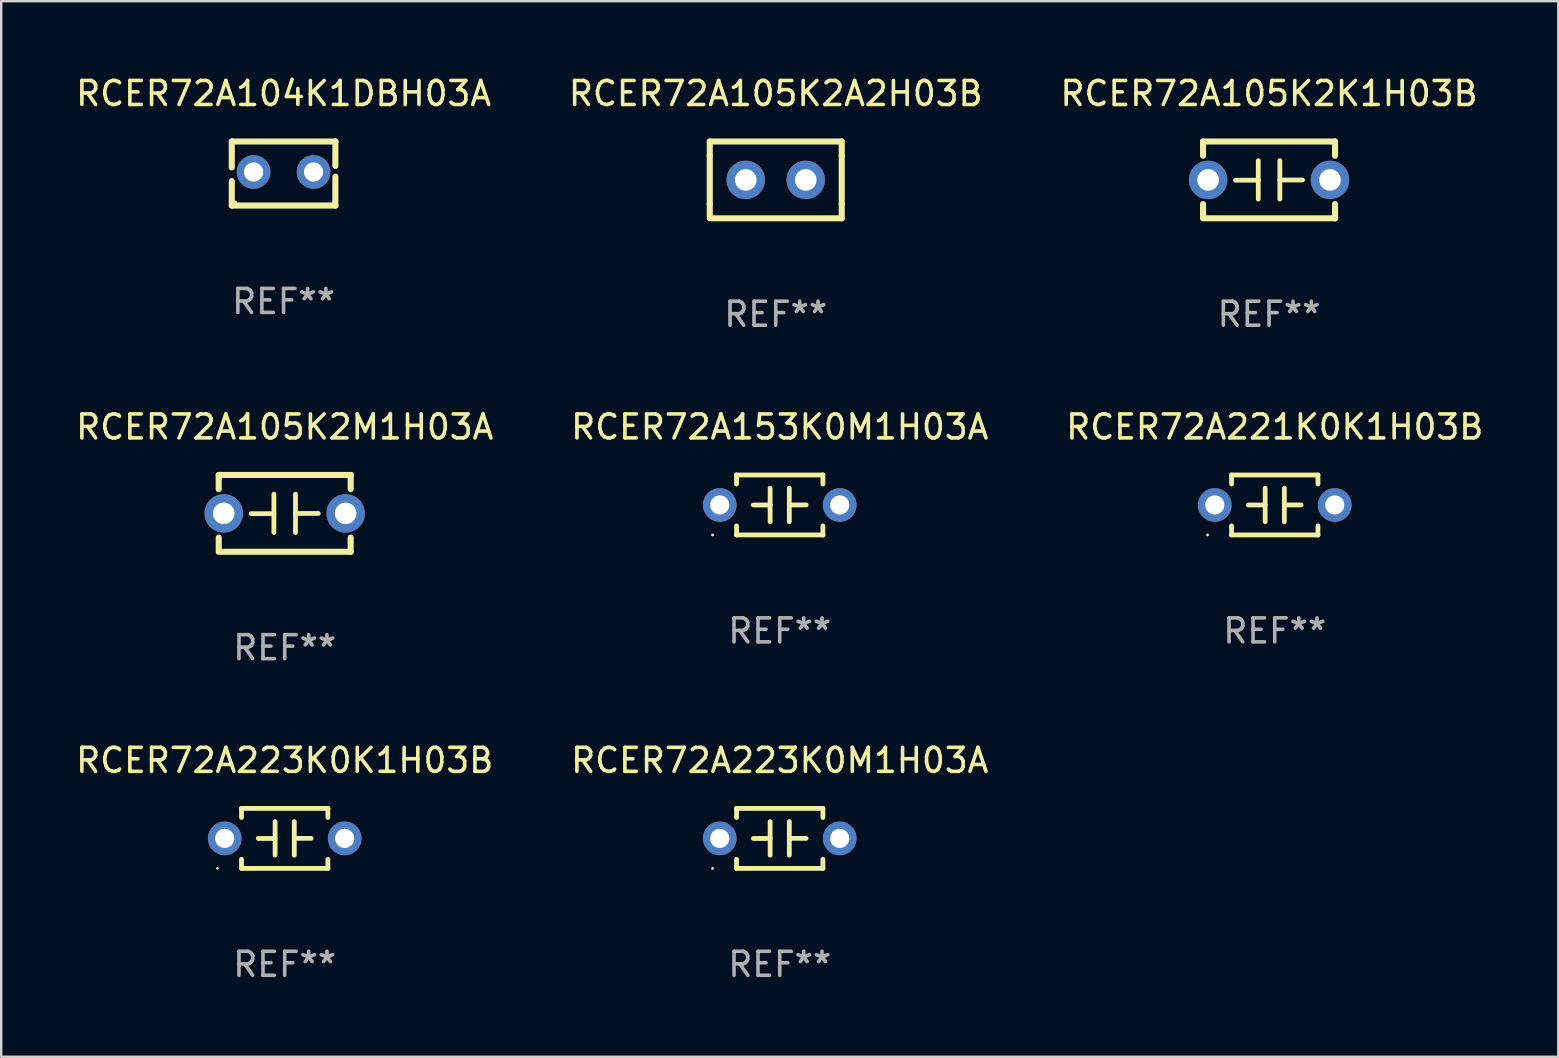
<source format=kicad_pcb>
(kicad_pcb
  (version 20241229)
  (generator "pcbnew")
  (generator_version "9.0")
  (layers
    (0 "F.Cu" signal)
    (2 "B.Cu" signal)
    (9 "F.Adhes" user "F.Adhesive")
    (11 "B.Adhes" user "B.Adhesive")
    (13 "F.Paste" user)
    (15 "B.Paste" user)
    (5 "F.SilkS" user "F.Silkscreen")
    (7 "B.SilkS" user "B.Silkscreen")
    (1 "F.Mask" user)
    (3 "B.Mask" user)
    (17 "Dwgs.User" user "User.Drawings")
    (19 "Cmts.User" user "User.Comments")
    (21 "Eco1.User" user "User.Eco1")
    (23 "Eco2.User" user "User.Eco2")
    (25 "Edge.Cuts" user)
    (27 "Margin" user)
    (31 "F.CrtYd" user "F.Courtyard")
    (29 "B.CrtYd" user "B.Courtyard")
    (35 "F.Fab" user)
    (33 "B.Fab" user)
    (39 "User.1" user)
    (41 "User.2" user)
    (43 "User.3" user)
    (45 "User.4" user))
  (footprint "RCER72A223K0M1H03A"
    (layer "F.Cu")
    (at 29.446 31.891)
    (property "Reference" "RCER72A223K0M1H03A" (at 0 -3.25 0) (layer "F.SilkS") (effects (font (size 1 1) (thickness 0.15))))
    (attr through_hole)
    (fp_line (start -1.8 -1.25) (end -1.8 -0.872) (stroke (width 0.2) (type solid)) (layer "F.SilkS"))
    (fp_line (start -1.8 -1.25) (end 1.8 -1.25) (stroke (width 0.2) (type solid)) (layer "F.SilkS"))
    (fp_line (start -1.8 0.872) (end -1.8 1.25) (stroke (width 0.2) (type solid)) (layer "F.SilkS"))
    (fp_line (start -1.8 1.25) (end 1.8 1.25) (stroke (width 0.2) (type solid)) (layer "F.SilkS"))
    (fp_line (start -0.4 -0.7) (end -0.4 0.7) (stroke (width 0.2) (type solid)) (layer "F.SilkS"))
    (fp_line (start -0.4 0.002) (end -1.1 0.002) (stroke (width 0.2) (type solid)) (layer "F.SilkS"))
    (fp_line (start 0.4 -0.001) (end 1.1 -0.001) (stroke (width 0.2) (type solid)) (layer "F.SilkS"))
    (fp_line (start 0.4 0.7) (end 0.4 -0.7) (stroke (width 0.2) (type solid)) (layer "F.SilkS"))
    (fp_line (start 1.8 -1.25) (end 1.8 -0.872) (stroke (width 0.2) (type solid)) (layer "F.SilkS"))
    (fp_line (start 1.8 0.872) (end 1.8 1.25) (stroke (width 0.2) (type solid)) (layer "F.SilkS"))
    (fp_circle (center -2.8 1.25) (end -2.77 1.25) (stroke (width 0.06) (type solid)) (fill no) (layer "F.SilkS"))
    (fp_text user "REF**" (at 0 5.25 0) (layer "F.Fab") (effects (font (size 1 1) (thickness 0.15))))
    (pad "1" thru_hole circle (at -2.5 0) (size 1.4 1.4) (drill 0.8) (layers "*.Cu" "*.Mask"))
    (pad "2" thru_hole circle (at 2.5 0) (size 1.4 1.4) (drill 0.8) (layers "*.Cu" "*.Mask")))
  (footprint "RCER72A105K2M1H03A"
    (layer "F.Cu")
    (at 8.815 18.345)
    (property "Reference" "RCER72A105K2M1H03A" (at 0 -3.6 0) (layer "F.SilkS") (effects (font (size 1 1) (thickness 0.15))))
    (attr through_hole)
    (fp_line (start -2.75 -1.6) (end -2.75 -1.009) (stroke (width 0.254) (type solid)) (layer "F.SilkS"))
    (fp_line (start -2.75 -1.6) (end 2.75 -1.6) (stroke (width 0.254) (type solid)) (layer "F.SilkS"))
    (fp_line (start -2.75 1.009) (end -2.75 1.524) (stroke (width 0.254) (type solid)) (layer "F.SilkS"))
    (fp_line (start -2.75 1.6) (end 2.75 1.6) (stroke (width 0.254) (type solid)) (layer "F.SilkS"))
    (fp_line (start -0.45 -0.8) (end -0.45 0.8) (stroke (width 0.2) (type solid)) (layer "F.SilkS"))
    (fp_line (start -0.45 0.013) (end -1.397 0.013) (stroke (width 0.2) (type solid)) (layer "F.SilkS"))
    (fp_line (start 0.45 0.003) (end 1.397 0.003) (stroke (width 0.2) (type solid)) (layer "F.SilkS"))
    (fp_line (start 0.45 0.8) (end 0.45 -0.8) (stroke (width 0.2) (type solid)) (layer "F.SilkS"))
    (fp_line (start 2.75 -1.6) (end 2.75 -1.009) (stroke (width 0.254) (type solid)) (layer "F.SilkS"))
    (fp_line (start 2.75 1.009) (end 2.75 1.6) (stroke (width 0.254) (type solid)) (layer "F.SilkS"))
    (fp_circle (center -2.79 1.6) (end -2.76 1.6) (stroke (width 0.06) (type solid)) (fill no) (layer "F.SilkS"))
    (fp_text user "REF**" (at 0 5.6 0) (layer "F.Fab") (effects (font (size 1 1) (thickness 0.15))))
    (pad "1" thru_hole circle (at -2.54 0) (size 1.6 1.6) (drill 0.9) (layers "*.Cu" "*.Mask"))
    (pad "2" thru_hole circle (at 2.54 0) (size 1.6 1.6) (drill 0.9) (layers "*.Cu" "*.Mask")))
  (footprint "RCER72A223K0K1H03B"
    (layer "F.Cu")
    (at 8.815 31.891)
    (property "Reference" "RCER72A223K0K1H03B" (at 0 -3.25 0) (layer "F.SilkS") (effects (font (size 1 1) (thickness 0.15))))
    (attr through_hole)
    (fp_line (start -1.8 -1.25) (end -1.8 -0.872) (stroke (width 0.2) (type solid)) (layer "F.SilkS"))
    (fp_line (start -1.8 -1.25) (end 1.8 -1.25) (stroke (width 0.2) (type solid)) (layer "F.SilkS"))
    (fp_line (start -1.8 0.872) (end -1.8 1.25) (stroke (width 0.2) (type solid)) (layer "F.SilkS"))
    (fp_line (start -1.8 1.25) (end 1.8 1.25) (stroke (width 0.2) (type solid)) (layer "F.SilkS"))
    (fp_line (start -0.4 -0.7) (end -0.4 0.7) (stroke (width 0.2) (type solid)) (layer "F.SilkS"))
    (fp_line (start -0.4 0.002) (end -1.1 0.002) (stroke (width 0.2) (type solid)) (layer "F.SilkS"))
    (fp_line (start 0.4 -0.001) (end 1.1 -0.001) (stroke (width 0.2) (type solid)) (layer "F.SilkS"))
    (fp_line (start 0.4 0.7) (end 0.4 -0.7) (stroke (width 0.2) (type solid)) (layer "F.SilkS"))
    (fp_line (start 1.8 -1.25) (end 1.8 -0.872) (stroke (width 0.2) (type solid)) (layer "F.SilkS"))
    (fp_line (start 1.8 0.872) (end 1.8 1.25) (stroke (width 0.2) (type solid)) (layer "F.SilkS"))
    (fp_circle (center -2.8 1.25) (end -2.77 1.25) (stroke (width 0.06) (type solid)) (fill no) (layer "F.SilkS"))
    (fp_text user "REF**" (at 0 5.25 0) (layer "F.Fab") (effects (font (size 1 1) (thickness 0.15))))
    (pad "1" thru_hole circle (at -2.5 0) (size 1.4 1.4) (drill 0.8) (layers "*.Cu" "*.Mask"))
    (pad "2" thru_hole circle (at 2.5 0) (size 1.4 1.4) (drill 0.8) (layers "*.Cu" "*.Mask")))
  (footprint "RCER72A105K2A2H03B"
    (layer "F.Cu")
    (at 29.28 4.448)
    (property "Reference" "RCER72A105K2A2H03B" (at 0 -3.6 0) (layer "F.SilkS") (effects (font (size 1 1) (thickness 0.15))))
    (attr through_hole)
    (fp_line (start -2.75 -1.6) (end -2.75 -1.01) (stroke (width 0.254) (type solid)) (layer "F.SilkS"))
    (fp_line (start -2.75 -1.6) (end 2.75 -1.6) (stroke (width 0.254) (type solid)) (layer "F.SilkS"))
    (fp_line (start -2.75 -1.01) (end -2.75 1.01) (stroke (width 0.254) (type solid)) (layer "F.SilkS"))
    (fp_line (start -2.75 1.01) (end -2.75 1.524) (stroke (width 0.254) (type solid)) (layer "F.SilkS"))
    (fp_line (start -2.75 1.6) (end 2.75 1.6) (stroke (width 0.254) (type solid)) (layer "F.SilkS"))
    (fp_line (start 2.75 -1.6) (end 2.75 -1.01) (stroke (width 0.254) (type solid)) (layer "F.SilkS"))
    (fp_line (start 2.75 -1.01) (end 2.75 1.01) (stroke (width 0.254) (type solid)) (layer "F.SilkS"))
    (fp_line (start 2.75 1.01) (end 2.75 1.6) (stroke (width 0.254) (type solid)) (layer "F.SilkS"))
    (fp_circle (center -2.75 1.6) (end -2.72 1.6) (stroke (width 0.06) (type solid)) (fill no) (layer "F.SilkS"))
    (fp_text user "REF**" (at 0 5.6 0) (layer "F.Fab") (effects (font (size 1 1) (thickness 0.15))))
    (pad "1" thru_hole circle (at -1.25 0) (size 1.6 1.6) (drill 0.9) (layers "*.Cu" "*.Mask"))
    (pad "2" thru_hole circle (at 1.25 0) (size 1.6 1.6) (drill 0.9) (layers "*.Cu" "*.Mask")))
  (footprint "RCER72A221K0K1H03B"
    (layer "F.Cu")
    (at 50.077 17.995)
    (property "Reference" "RCER72A221K0K1H03B" (at 0 -3.25 0) (layer "F.SilkS") (effects (font (size 1 1) (thickness 0.15))))
    (attr through_hole)
    (fp_line (start -1.8 -1.25) (end -1.8 -0.872) (stroke (width 0.2) (type solid)) (layer "F.SilkS"))
    (fp_line (start -1.8 -1.25) (end 1.8 -1.25) (stroke (width 0.2) (type solid)) (layer "F.SilkS"))
    (fp_line (start -1.8 0.872) (end -1.8 1.25) (stroke (width 0.2) (type solid)) (layer "F.SilkS"))
    (fp_line (start -1.8 1.25) (end 1.8 1.25) (stroke (width 0.2) (type solid)) (layer "F.SilkS"))
    (fp_line (start -0.4 -0.7) (end -0.4 0.7) (stroke (width 0.2) (type solid)) (layer "F.SilkS"))
    (fp_line (start -0.4 0.002) (end -1.1 0.002) (stroke (width 0.2) (type solid)) (layer "F.SilkS"))
    (fp_line (start 0.4 -0.001) (end 1.1 -0.001) (stroke (width 0.2) (type solid)) (layer "F.SilkS"))
    (fp_line (start 0.4 0.7) (end 0.4 -0.7) (stroke (width 0.2) (type solid)) (layer "F.SilkS"))
    (fp_line (start 1.8 -1.25) (end 1.8 -0.872) (stroke (width 0.2) (type solid)) (layer "F.SilkS"))
    (fp_line (start 1.8 0.872) (end 1.8 1.25) (stroke (width 0.2) (type solid)) (layer "F.SilkS"))
    (fp_circle (center -2.8 1.25) (end -2.77 1.25) (stroke (width 0.06) (type solid)) (fill no) (layer "F.SilkS"))
    (fp_text user "REF**" (at 0 5.25 0) (layer "F.Fab") (effects (font (size 1 1) (thickness 0.15))))
    (pad "1" thru_hole circle (at -2.5 0) (size 1.4 1.4) (drill 0.8) (layers "*.Cu" "*.Mask"))
    (pad "2" thru_hole circle (at 2.5 0) (size 1.4 1.4) (drill 0.8) (layers "*.Cu" "*.Mask")))
  (footprint "RCER72A104K1DBH03A"
    (layer "F.Cu")
    (at 8.768 4.182)
    (property "Reference" "RCER72A104K1DBH03A" (at 0 -3.334 0) (layer "F.SilkS") (effects (font (size 1 1) (thickness 0.15))))
    (attr through_hole)
    (fp_line (start -2.159 -1.334) (end 2.159 -1.334) (stroke (width 0.254) (type solid)) (layer "F.SilkS"))
    (fp_line (start -2.159 -0.256) (end -2.159 -1.334) (stroke (width 0.254) (type solid)) (layer "F.SilkS"))
    (fp_line (start -2.159 1.334) (end -2.159 0.318) (stroke (width 0.254) (type solid)) (layer "F.SilkS"))
    (fp_line (start 2.159 -1.334) (end 2.159 -1.334) (stroke (width 0.254) (type solid)) (layer "F.SilkS"))
    (fp_line (start 2.159 -1.334) (end 2.159 -0.318) (stroke (width 0.254) (type solid)) (layer "F.SilkS"))
    (fp_line (start 2.159 0.129) (end 2.159 1.334) (stroke (width 0.254) (type solid)) (layer "F.SilkS"))
    (fp_line (start 2.159 1.334) (end -2.159 1.334) (stroke (width 0.254) (type solid)) (layer "F.SilkS"))
    (fp_circle (center -2 1.186) (end -1.97 1.186) (stroke (width 0.06) (type solid)) (fill no) (layer "F.SilkS"))
    (fp_text user "REF**" (at 0 5.334 0) (layer "F.Fab") (effects (font (size 1 1) (thickness 0.15))))
    (pad "1" thru_hole circle (at -1.25 -0.064) (size 1.4 1.4) (drill 0.8) (layers "*.Cu" "*.Mask"))
    (pad "2" thru_hole circle (at 1.25 -0.064) (size 1.4 1.4) (drill 0.8) (layers "*.Cu" "*.Mask")))
  (footprint "RCER72A153K0M1H03A"
    (layer "F.Cu")
    (at 29.446 17.995)
    (property "Reference" "RCER72A153K0M1H03A" (at 0 -3.25 0) (layer "F.SilkS") (effects (font (size 1 1) (thickness 0.15))))
    (attr through_hole)
    (fp_line (start -1.8 -1.25) (end -1.8 -0.872) (stroke (width 0.2) (type solid)) (layer "F.SilkS"))
    (fp_line (start -1.8 -1.25) (end 1.8 -1.25) (stroke (width 0.2) (type solid)) (layer "F.SilkS"))
    (fp_line (start -1.8 0.872) (end -1.8 1.25) (stroke (width 0.2) (type solid)) (layer "F.SilkS"))
    (fp_line (start -1.8 1.25) (end 1.8 1.25) (stroke (width 0.2) (type solid)) (layer "F.SilkS"))
    (fp_line (start -0.4 -0.7) (end -0.4 0.7) (stroke (width 0.2) (type solid)) (layer "F.SilkS"))
    (fp_line (start -0.4 0.002) (end -1.1 0.002) (stroke (width 0.2) (type solid)) (layer "F.SilkS"))
    (fp_line (start 0.4 -0.001) (end 1.1 -0.001) (stroke (width 0.2) (type solid)) (layer "F.SilkS"))
    (fp_line (start 0.4 0.7) (end 0.4 -0.7) (stroke (width 0.2) (type solid)) (layer "F.SilkS"))
    (fp_line (start 1.8 -1.25) (end 1.8 -0.872) (stroke (width 0.2) (type solid)) (layer "F.SilkS"))
    (fp_line (start 1.8 0.872) (end 1.8 1.25) (stroke (width 0.2) (type solid)) (layer "F.SilkS"))
    (fp_circle (center -2.8 1.25) (end -2.77 1.25) (stroke (width 0.06) (type solid)) (fill no) (layer "F.SilkS"))
    (fp_text user "REF**" (at 0 5.25 0) (layer "F.Fab") (effects (font (size 1 1) (thickness 0.15))))
    (pad "1" thru_hole circle (at -2.5 0) (size 1.4 1.4) (drill 0.8) (layers "*.Cu" "*.Mask"))
    (pad "2" thru_hole circle (at 2.5 0) (size 1.4 1.4) (drill 0.8) (layers "*.Cu" "*.Mask")))
  (footprint "RCER72A105K2K1H03B"
    (layer "F.Cu")
    (at 49.839 4.448)
    (property "Reference" "RCER72A105K2K1H03B" (at 0 -3.6 0) (layer "F.SilkS") (effects (font (size 1 1) (thickness 0.15))))
    (attr through_hole)
    (fp_line (start -2.75 -1.6) (end -2.75 -1.009) (stroke (width 0.254) (type solid)) (layer "F.SilkS"))
    (fp_line (start -2.75 -1.6) (end 2.75 -1.6) (stroke (width 0.254) (type solid)) (layer "F.SilkS"))
    (fp_line (start -2.75 1.009) (end -2.75 1.524) (stroke (width 0.254) (type solid)) (layer "F.SilkS"))
    (fp_line (start -2.75 1.6) (end 2.75 1.6) (stroke (width 0.254) (type solid)) (layer "F.SilkS"))
    (fp_line (start -0.45 -0.8) (end -0.45 0.8) (stroke (width 0.2) (type solid)) (layer "F.SilkS"))
    (fp_line (start -0.45 0.013) (end -1.397 0.013) (stroke (width 0.2) (type solid)) (layer "F.SilkS"))
    (fp_line (start 0.45 0.003) (end 1.397 0.003) (stroke (width 0.2) (type solid)) (layer "F.SilkS"))
    (fp_line (start 0.45 0.8) (end 0.45 -0.8) (stroke (width 0.2) (type solid)) (layer "F.SilkS"))
    (fp_line (start 2.75 -1.6) (end 2.75 -1.009) (stroke (width 0.254) (type solid)) (layer "F.SilkS"))
    (fp_line (start 2.75 1.009) (end 2.75 1.6) (stroke (width 0.254) (type solid)) (layer "F.SilkS"))
    (fp_circle (center -2.79 1.6) (end -2.76 1.6) (stroke (width 0.06) (type solid)) (fill no) (layer "F.SilkS"))
    (fp_text user "REF**" (at 0 5.6 0) (layer "F.Fab") (effects (font (size 1 1) (thickness 0.15))))
    (pad "1" thru_hole circle (at -2.54 0) (size 1.6 1.6) (drill 0.9) (layers "*.Cu" "*.Mask"))
    (pad "2" thru_hole circle (at 2.54 0) (size 1.6 1.6) (drill 0.9) (layers "*.Cu" "*.Mask")))
  (gr_rect
    (start -3 -3)
    (end 61.893 40.99)
    (stroke (width 0.1) (type default))
    (fill no)
    (layer "Edge.Cuts")))
</source>
